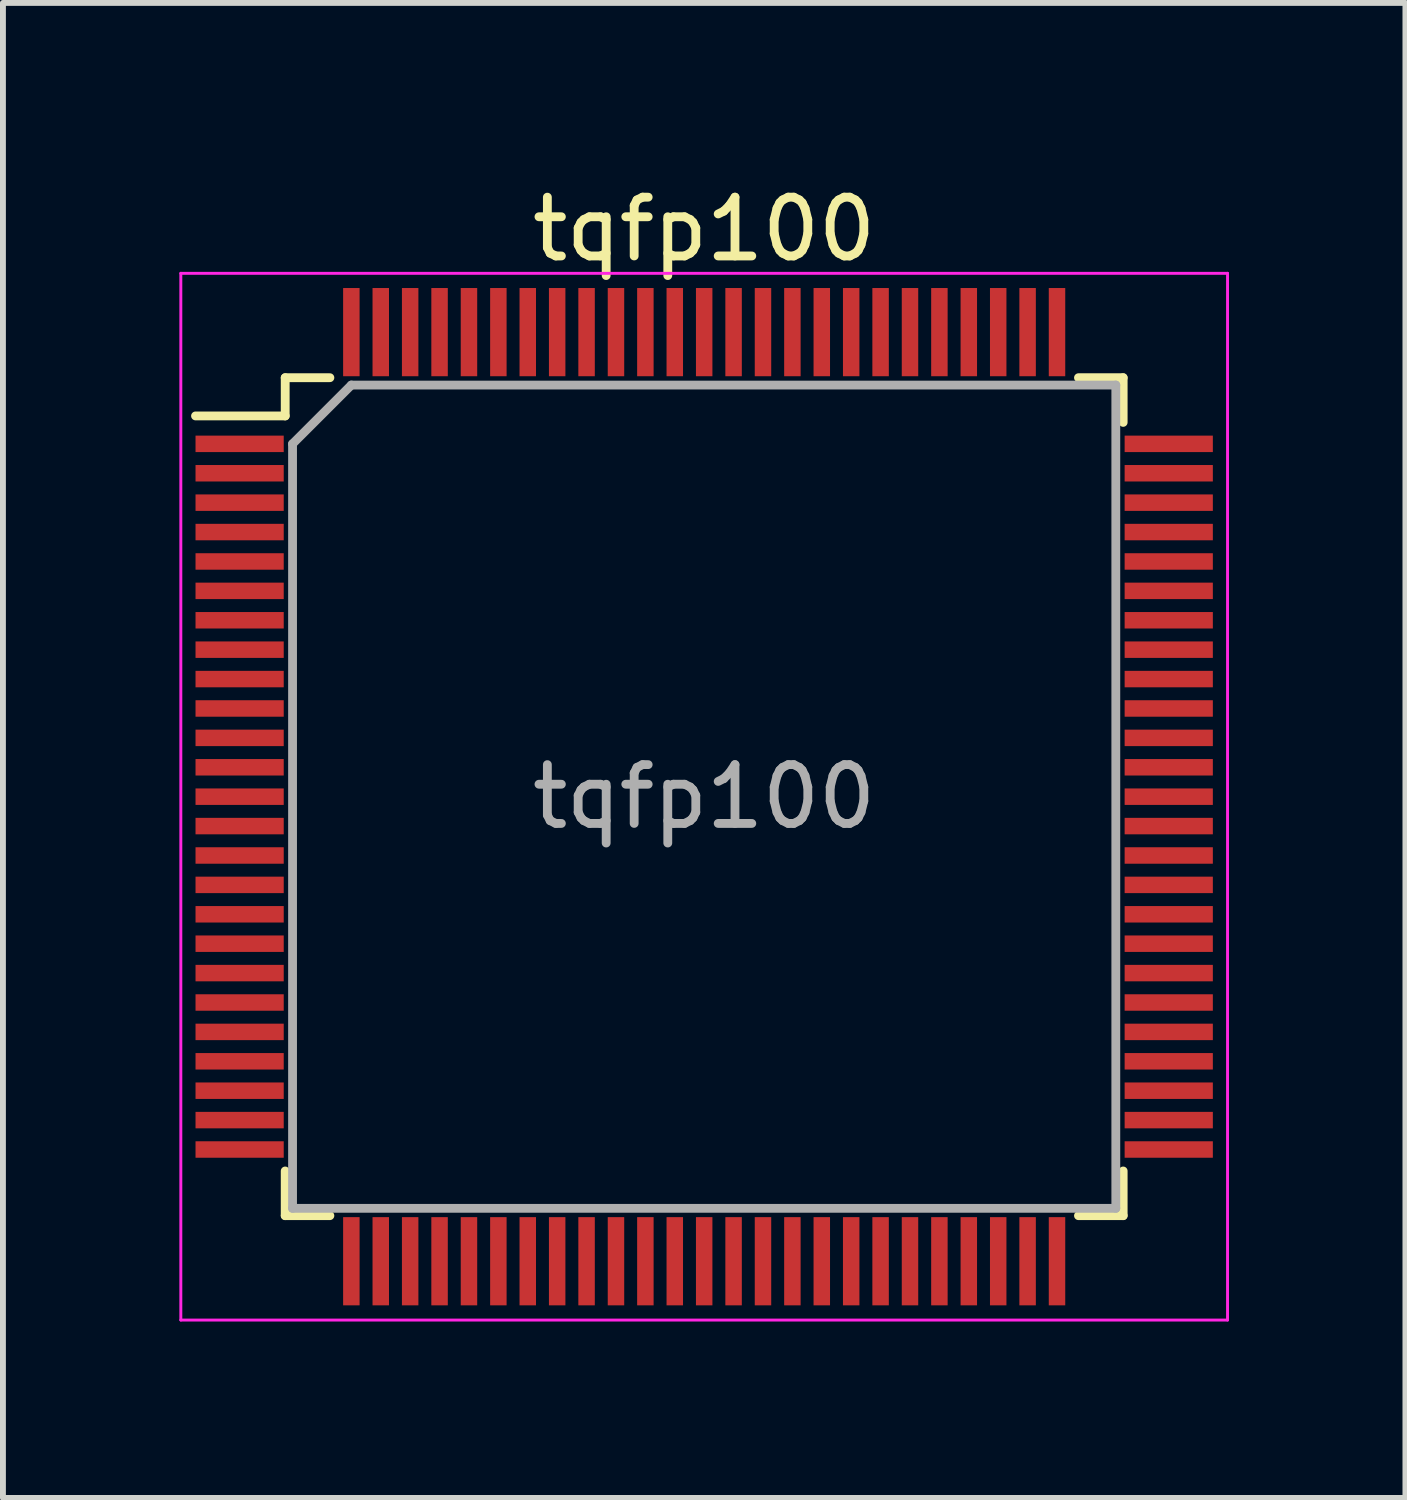
<source format=kicad_pcb>
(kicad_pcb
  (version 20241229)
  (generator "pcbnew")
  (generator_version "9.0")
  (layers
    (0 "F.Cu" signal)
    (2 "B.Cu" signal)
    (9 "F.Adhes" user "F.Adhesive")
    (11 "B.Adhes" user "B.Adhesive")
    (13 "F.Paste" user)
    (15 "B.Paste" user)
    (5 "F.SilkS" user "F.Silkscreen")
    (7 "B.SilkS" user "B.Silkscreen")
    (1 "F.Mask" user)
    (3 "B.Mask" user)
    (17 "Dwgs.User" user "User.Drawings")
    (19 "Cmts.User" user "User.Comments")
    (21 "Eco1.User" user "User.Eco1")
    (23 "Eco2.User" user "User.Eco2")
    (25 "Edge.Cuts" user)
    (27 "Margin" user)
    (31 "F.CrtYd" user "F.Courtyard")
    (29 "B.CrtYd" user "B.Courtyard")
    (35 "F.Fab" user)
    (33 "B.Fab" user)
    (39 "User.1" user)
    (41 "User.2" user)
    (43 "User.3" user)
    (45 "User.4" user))
  (footprint "tqfp100"
    (layer "F.Cu")
    (at 8.925 10.498)
    (property "Reference" "tqfp100" (at 0 -9.65 0) (layer "F.SilkS") (effects (font (size 1 1) (thickness 0.15))))
    (attr smd)
    (fp_line (start -7.125 -7.125) (end -7.125 -6.475) (stroke (width 0.15) (type solid)) (layer "F.SilkS"))
    (fp_line (start -7.125 -7.125) (end -6.365 -7.125) (stroke (width 0.15) (type solid)) (layer "F.SilkS"))
    (fp_line (start -7.125 -6.475) (end -8.65 -6.475) (stroke (width 0.15) (type solid)) (layer "F.SilkS"))
    (fp_line (start -7.125 7.125) (end -7.125 6.365) (stroke (width 0.15) (type solid)) (layer "F.SilkS"))
    (fp_line (start -7.125 7.125) (end -6.365 7.125) (stroke (width 0.15) (type solid)) (layer "F.SilkS"))
    (fp_line (start 7.125 -7.125) (end 6.365 -7.125) (stroke (width 0.15) (type solid)) (layer "F.SilkS"))
    (fp_line (start 7.125 -7.125) (end 7.125 -6.365) (stroke (width 0.15) (type solid)) (layer "F.SilkS"))
    (fp_line (start 7.125 7.125) (end 6.365 7.125) (stroke (width 0.15) (type solid)) (layer "F.SilkS"))
    (fp_line (start 7.125 7.125) (end 7.125 6.365) (stroke (width 0.15) (type solid)) (layer "F.SilkS"))
    (fp_line (start -8.9 -8.9) (end -8.9 8.9) (stroke (width 0.05) (type solid)) (layer "F.CrtYd"))
    (fp_line (start -8.9 -8.9) (end 8.9 -8.9) (stroke (width 0.05) (type solid)) (layer "F.CrtYd"))
    (fp_line (start -8.9 8.9) (end 8.9 8.9) (stroke (width 0.05) (type solid)) (layer "F.CrtYd"))
    (fp_line (start 8.9 -8.9) (end 8.9 8.9) (stroke (width 0.05) (type solid)) (layer "F.CrtYd"))
    (fp_line (start -7 -6) (end -6 -7) (stroke (width 0.15) (type solid)) (layer "F.Fab"))
    (fp_line (start -7 7) (end -7 -6) (stroke (width 0.15) (type solid)) (layer "F.Fab"))
    (fp_line (start -6 -7) (end 7 -7) (stroke (width 0.15) (type solid)) (layer "F.Fab"))
    (fp_line (start 7 -7) (end 7 7) (stroke (width 0.15) (type solid)) (layer "F.Fab"))
    (fp_line (start 7 7) (end -7 7) (stroke (width 0.15) (type solid)) (layer "F.Fab"))
    (fp_text user "${REFERENCE}" (at 0 0 0) (layer "F.Fab") (effects (font (size 1 1) (thickness 0.15))))
    (pad "1" smd rect (at -7.9 -6) (size 1.5 0.28) (layers "F.Cu" "F.Mask" "F.Paste"))
    (pad "2" smd rect (at -7.9 -5.5) (size 1.5 0.28) (layers "F.Cu" "F.Mask" "F.Paste"))
    (pad "3" smd rect (at -7.9 -5) (size 1.5 0.28) (layers "F.Cu" "F.Mask" "F.Paste"))
    (pad "4" smd rect (at -7.9 -4.5) (size 1.5 0.28) (layers "F.Cu" "F.Mask" "F.Paste"))
    (pad "5" smd rect (at -7.9 -4) (size 1.5 0.28) (layers "F.Cu" "F.Mask" "F.Paste"))
    (pad "6" smd rect (at -7.9 -3.5) (size 1.5 0.28) (layers "F.Cu" "F.Mask" "F.Paste"))
    (pad "7" smd rect (at -7.9 -3) (size 1.5 0.28) (layers "F.Cu" "F.Mask" "F.Paste"))
    (pad "8" smd rect (at -7.9 -2.5) (size 1.5 0.28) (layers "F.Cu" "F.Mask" "F.Paste"))
    (pad "9" smd rect (at -7.9 -2) (size 1.5 0.28) (layers "F.Cu" "F.Mask" "F.Paste"))
    (pad "10" smd rect (at -7.9 -1.5) (size 1.5 0.28) (layers "F.Cu" "F.Mask" "F.Paste"))
    (pad "11" smd rect (at -7.9 -1) (size 1.5 0.28) (layers "F.Cu" "F.Mask" "F.Paste"))
    (pad "12" smd rect (at -7.9 -0.5) (size 1.5 0.28) (layers "F.Cu" "F.Mask" "F.Paste"))
    (pad "13" smd rect (at -7.9 0) (size 1.5 0.28) (layers "F.Cu" "F.Mask" "F.Paste"))
    (pad "14" smd rect (at -7.9 0.5) (size 1.5 0.28) (layers "F.Cu" "F.Mask" "F.Paste"))
    (pad "15" smd rect (at -7.9 1) (size 1.5 0.28) (layers "F.Cu" "F.Mask" "F.Paste"))
    (pad "16" smd rect (at -7.9 1.5) (size 1.5 0.28) (layers "F.Cu" "F.Mask" "F.Paste"))
    (pad "17" smd rect (at -7.9 2) (size 1.5 0.28) (layers "F.Cu" "F.Mask" "F.Paste"))
    (pad "18" smd rect (at -7.9 2.5) (size 1.5 0.28) (layers "F.Cu" "F.Mask" "F.Paste"))
    (pad "19" smd rect (at -7.9 3) (size 1.5 0.28) (layers "F.Cu" "F.Mask" "F.Paste"))
    (pad "20" smd rect (at -7.9 3.5) (size 1.5 0.28) (layers "F.Cu" "F.Mask" "F.Paste"))
    (pad "21" smd rect (at -7.9 4) (size 1.5 0.28) (layers "F.Cu" "F.Mask" "F.Paste"))
    (pad "22" smd rect (at -7.9 4.5) (size 1.5 0.28) (layers "F.Cu" "F.Mask" "F.Paste"))
    (pad "23" smd rect (at -7.9 5) (size 1.5 0.28) (layers "F.Cu" "F.Mask" "F.Paste"))
    (pad "24" smd rect (at -7.9 5.5) (size 1.5 0.28) (layers "F.Cu" "F.Mask" "F.Paste"))
    (pad "25" smd rect (at -7.9 6) (size 1.5 0.28) (layers "F.Cu" "F.Mask" "F.Paste"))
    (pad "26" smd rect (at -6 7.9 90) (size 1.5 0.28) (layers "F.Cu" "F.Mask" "F.Paste"))
    (pad "27" smd rect (at -5.5 7.9 90) (size 1.5 0.28) (layers "F.Cu" "F.Mask" "F.Paste"))
    (pad "28" smd rect (at -5 7.9 90) (size 1.5 0.28) (layers "F.Cu" "F.Mask" "F.Paste"))
    (pad "29" smd rect (at -4.5 7.9 90) (size 1.5 0.28) (layers "F.Cu" "F.Mask" "F.Paste"))
    (pad "30" smd rect (at -4 7.9 90) (size 1.5 0.28) (layers "F.Cu" "F.Mask" "F.Paste"))
    (pad "31" smd rect (at -3.5 7.9 90) (size 1.5 0.28) (layers "F.Cu" "F.Mask" "F.Paste"))
    (pad "32" smd rect (at -3 7.9 90) (size 1.5 0.28) (layers "F.Cu" "F.Mask" "F.Paste"))
    (pad "33" smd rect (at -2.5 7.9 90) (size 1.5 0.28) (layers "F.Cu" "F.Mask" "F.Paste"))
    (pad "34" smd rect (at -2 7.9 90) (size 1.5 0.28) (layers "F.Cu" "F.Mask" "F.Paste"))
    (pad "35" smd rect (at -1.5 7.9 90) (size 1.5 0.28) (layers "F.Cu" "F.Mask" "F.Paste"))
    (pad "36" smd rect (at -1 7.9 90) (size 1.5 0.28) (layers "F.Cu" "F.Mask" "F.Paste"))
    (pad "37" smd rect (at -0.5 7.9 90) (size 1.5 0.28) (layers "F.Cu" "F.Mask" "F.Paste"))
    (pad "38" smd rect (at 0 7.9 90) (size 1.5 0.28) (layers "F.Cu" "F.Mask" "F.Paste"))
    (pad "39" smd rect (at 0.5 7.9 90) (size 1.5 0.28) (layers "F.Cu" "F.Mask" "F.Paste"))
    (pad "40" smd rect (at 1 7.9 90) (size 1.5 0.28) (layers "F.Cu" "F.Mask" "F.Paste"))
    (pad "41" smd rect (at 1.5 7.9 90) (size 1.5 0.28) (layers "F.Cu" "F.Mask" "F.Paste"))
    (pad "42" smd rect (at 2 7.9 90) (size 1.5 0.28) (layers "F.Cu" "F.Mask" "F.Paste"))
    (pad "43" smd rect (at 2.5 7.9 90) (size 1.5 0.28) (layers "F.Cu" "F.Mask" "F.Paste"))
    (pad "44" smd rect (at 3 7.9 90) (size 1.5 0.28) (layers "F.Cu" "F.Mask" "F.Paste"))
    (pad "45" smd rect (at 3.5 7.9 90) (size 1.5 0.28) (layers "F.Cu" "F.Mask" "F.Paste"))
    (pad "46" smd rect (at 4 7.9 90) (size 1.5 0.28) (layers "F.Cu" "F.Mask" "F.Paste"))
    (pad "47" smd rect (at 4.5 7.9 90) (size 1.5 0.28) (layers "F.Cu" "F.Mask" "F.Paste"))
    (pad "48" smd rect (at 5 7.9 90) (size 1.5 0.28) (layers "F.Cu" "F.Mask" "F.Paste"))
    (pad "49" smd rect (at 5.5 7.9 90) (size 1.5 0.28) (layers "F.Cu" "F.Mask" "F.Paste"))
    (pad "50" smd rect (at 6 7.9 90) (size 1.5 0.28) (layers "F.Cu" "F.Mask" "F.Paste"))
    (pad "51" smd rect (at 7.9 6) (size 1.5 0.28) (layers "F.Cu" "F.Mask" "F.Paste"))
    (pad "52" smd rect (at 7.9 5.5) (size 1.5 0.28) (layers "F.Cu" "F.Mask" "F.Paste"))
    (pad "53" smd rect (at 7.9 5) (size 1.5 0.28) (layers "F.Cu" "F.Mask" "F.Paste"))
    (pad "54" smd rect (at 7.9 4.5) (size 1.5 0.28) (layers "F.Cu" "F.Mask" "F.Paste"))
    (pad "55" smd rect (at 7.9 4) (size 1.5 0.28) (layers "F.Cu" "F.Mask" "F.Paste"))
    (pad "56" smd rect (at 7.9 3.5) (size 1.5 0.28) (layers "F.Cu" "F.Mask" "F.Paste"))
    (pad "57" smd rect (at 7.9 3) (size 1.5 0.28) (layers "F.Cu" "F.Mask" "F.Paste"))
    (pad "58" smd rect (at 7.9 2.5) (size 1.5 0.28) (layers "F.Cu" "F.Mask" "F.Paste"))
    (pad "59" smd rect (at 7.9 2) (size 1.5 0.28) (layers "F.Cu" "F.Mask" "F.Paste"))
    (pad "60" smd rect (at 7.9 1.5) (size 1.5 0.28) (layers "F.Cu" "F.Mask" "F.Paste"))
    (pad "61" smd rect (at 7.9 1) (size 1.5 0.28) (layers "F.Cu" "F.Mask" "F.Paste"))
    (pad "62" smd rect (at 7.9 0.5) (size 1.5 0.28) (layers "F.Cu" "F.Mask" "F.Paste"))
    (pad "63" smd rect (at 7.9 0) (size 1.5 0.28) (layers "F.Cu" "F.Mask" "F.Paste"))
    (pad "64" smd rect (at 7.9 -0.5) (size 1.5 0.28) (layers "F.Cu" "F.Mask" "F.Paste"))
    (pad "65" smd rect (at 7.9 -1) (size 1.5 0.28) (layers "F.Cu" "F.Mask" "F.Paste"))
    (pad "66" smd rect (at 7.9 -1.5) (size 1.5 0.28) (layers "F.Cu" "F.Mask" "F.Paste"))
    (pad "67" smd rect (at 7.9 -2) (size 1.5 0.28) (layers "F.Cu" "F.Mask" "F.Paste"))
    (pad "68" smd rect (at 7.9 -2.5) (size 1.5 0.28) (layers "F.Cu" "F.Mask" "F.Paste"))
    (pad "69" smd rect (at 7.9 -3) (size 1.5 0.28) (layers "F.Cu" "F.Mask" "F.Paste"))
    (pad "70" smd rect (at 7.9 -3.5) (size 1.5 0.28) (layers "F.Cu" "F.Mask" "F.Paste"))
    (pad "71" smd rect (at 7.9 -4) (size 1.5 0.28) (layers "F.Cu" "F.Mask" "F.Paste"))
    (pad "72" smd rect (at 7.9 -4.5) (size 1.5 0.28) (layers "F.Cu" "F.Mask" "F.Paste"))
    (pad "73" smd rect (at 7.9 -5) (size 1.5 0.28) (layers "F.Cu" "F.Mask" "F.Paste"))
    (pad "74" smd rect (at 7.9 -5.5) (size 1.5 0.28) (layers "F.Cu" "F.Mask" "F.Paste"))
    (pad "75" smd rect (at 7.9 -6) (size 1.5 0.28) (layers "F.Cu" "F.Mask" "F.Paste"))
    (pad "76" smd rect (at 6 -7.9 90) (size 1.5 0.28) (layers "F.Cu" "F.Mask" "F.Paste"))
    (pad "77" smd rect (at 5.5 -7.9 90) (size 1.5 0.28) (layers "F.Cu" "F.Mask" "F.Paste"))
    (pad "78" smd rect (at 5 -7.9 90) (size 1.5 0.28) (layers "F.Cu" "F.Mask" "F.Paste"))
    (pad "79" smd rect (at 4.5 -7.9 90) (size 1.5 0.28) (layers "F.Cu" "F.Mask" "F.Paste"))
    (pad "80" smd rect (at 4 -7.9 90) (size 1.5 0.28) (layers "F.Cu" "F.Mask" "F.Paste"))
    (pad "81" smd rect (at 3.5 -7.9 90) (size 1.5 0.28) (layers "F.Cu" "F.Mask" "F.Paste"))
    (pad "82" smd rect (at 3 -7.9 90) (size 1.5 0.28) (layers "F.Cu" "F.Mask" "F.Paste"))
    (pad "83" smd rect (at 2.5 -7.9 90) (size 1.5 0.28) (layers "F.Cu" "F.Mask" "F.Paste"))
    (pad "84" smd rect (at 2 -7.9 90) (size 1.5 0.28) (layers "F.Cu" "F.Mask" "F.Paste"))
    (pad "85" smd rect (at 1.5 -7.9 90) (size 1.5 0.28) (layers "F.Cu" "F.Mask" "F.Paste"))
    (pad "86" smd rect (at 1 -7.9 90) (size 1.5 0.28) (layers "F.Cu" "F.Mask" "F.Paste"))
    (pad "87" smd rect (at 0.5 -7.9 90) (size 1.5 0.28) (layers "F.Cu" "F.Mask" "F.Paste"))
    (pad "88" smd rect (at 0 -7.9 90) (size 1.5 0.28) (layers "F.Cu" "F.Mask" "F.Paste"))
    (pad "89" smd rect (at -0.5 -7.9 90) (size 1.5 0.28) (layers "F.Cu" "F.Mask" "F.Paste"))
    (pad "90" smd rect (at -1 -7.9 90) (size 1.5 0.28) (layers "F.Cu" "F.Mask" "F.Paste"))
    (pad "91" smd rect (at -1.5 -7.9 90) (size 1.5 0.28) (layers "F.Cu" "F.Mask" "F.Paste"))
    (pad "92" smd rect (at -2 -7.9 90) (size 1.5 0.28) (layers "F.Cu" "F.Mask" "F.Paste"))
    (pad "93" smd rect (at -2.5 -7.9 90) (size 1.5 0.28) (layers "F.Cu" "F.Mask" "F.Paste"))
    (pad "94" smd rect (at -3 -7.9 90) (size 1.5 0.28) (layers "F.Cu" "F.Mask" "F.Paste"))
    (pad "95" smd rect (at -3.5 -7.9 90) (size 1.5 0.28) (layers "F.Cu" "F.Mask" "F.Paste"))
    (pad "96" smd rect (at -4 -7.9 90) (size 1.5 0.28) (layers "F.Cu" "F.Mask" "F.Paste"))
    (pad "97" smd rect (at -4.5 -7.9 90) (size 1.5 0.28) (layers "F.Cu" "F.Mask" "F.Paste"))
    (pad "98" smd rect (at -5 -7.9 90) (size 1.5 0.28) (layers "F.Cu" "F.Mask" "F.Paste"))
    (pad "99" smd rect (at -5.5 -7.9 90) (size 1.5 0.28) (layers "F.Cu" "F.Mask" "F.Paste"))
    (pad "100" smd rect (at -6 -7.9 90) (size 1.5 0.28) (layers "F.Cu" "F.Mask" "F.Paste")))
  (gr_rect
    (start -3 -3)
    (end 20.85 22.423)
    (stroke (width 0.1) (type default))
    (fill no)
    (layer "Edge.Cuts")))
</source>
